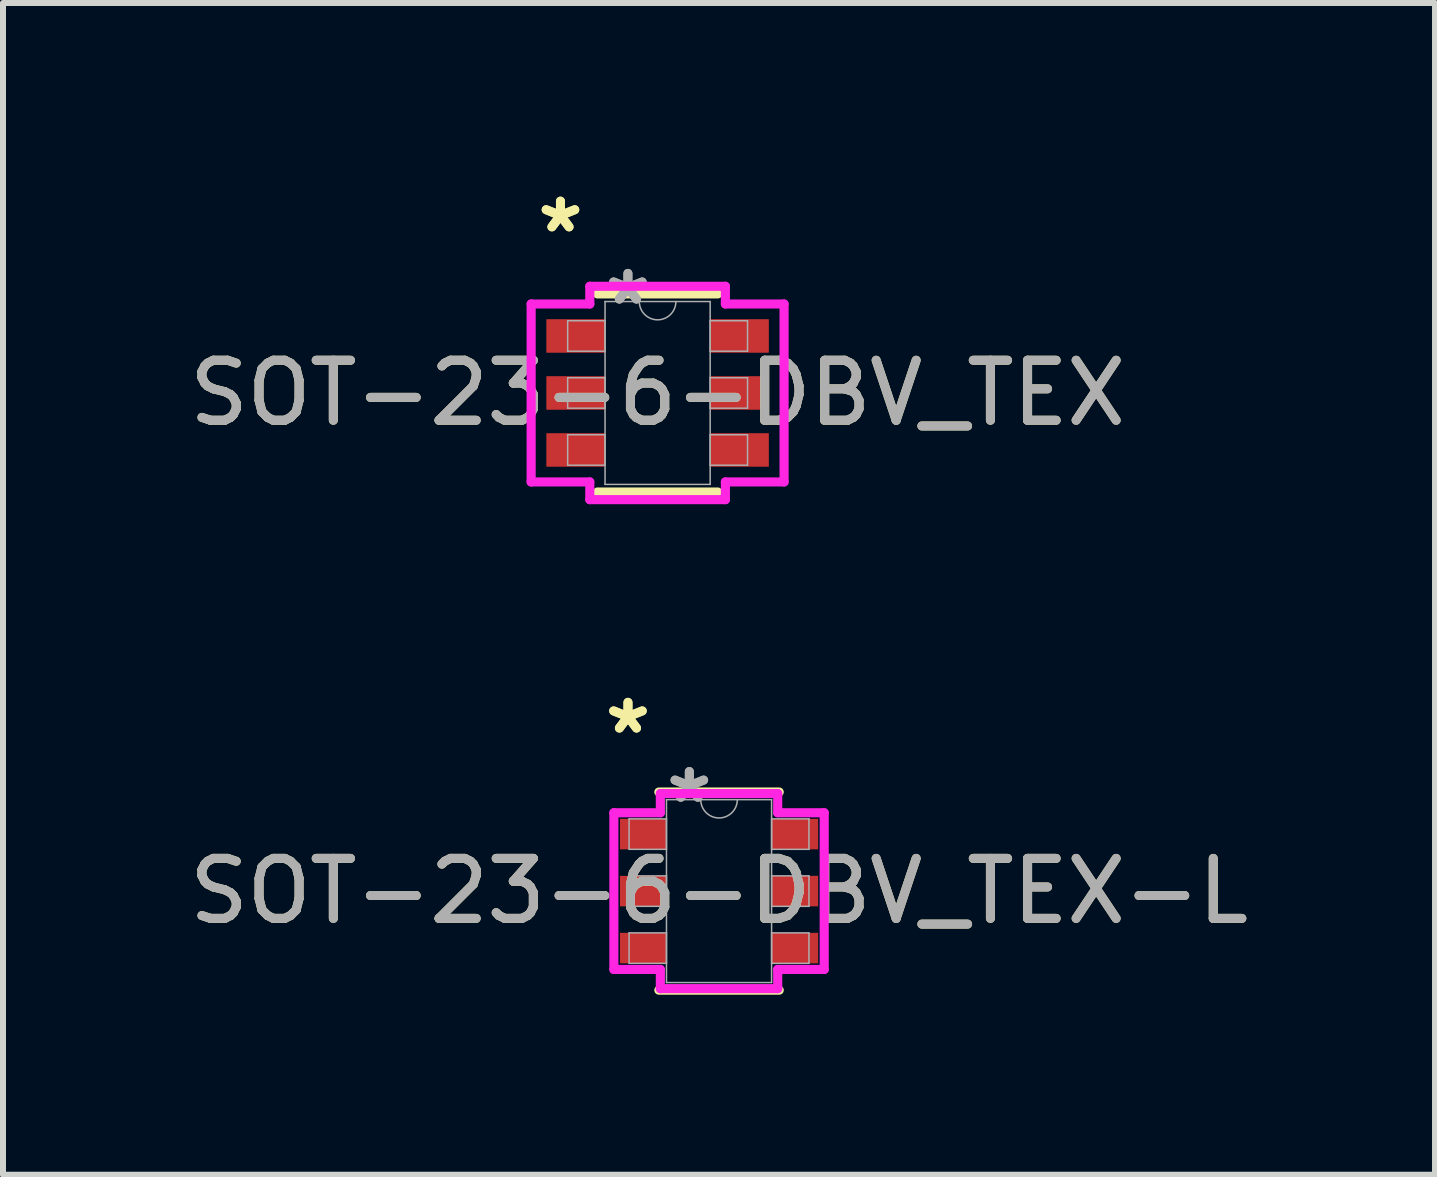
<source format=kicad_pcb>
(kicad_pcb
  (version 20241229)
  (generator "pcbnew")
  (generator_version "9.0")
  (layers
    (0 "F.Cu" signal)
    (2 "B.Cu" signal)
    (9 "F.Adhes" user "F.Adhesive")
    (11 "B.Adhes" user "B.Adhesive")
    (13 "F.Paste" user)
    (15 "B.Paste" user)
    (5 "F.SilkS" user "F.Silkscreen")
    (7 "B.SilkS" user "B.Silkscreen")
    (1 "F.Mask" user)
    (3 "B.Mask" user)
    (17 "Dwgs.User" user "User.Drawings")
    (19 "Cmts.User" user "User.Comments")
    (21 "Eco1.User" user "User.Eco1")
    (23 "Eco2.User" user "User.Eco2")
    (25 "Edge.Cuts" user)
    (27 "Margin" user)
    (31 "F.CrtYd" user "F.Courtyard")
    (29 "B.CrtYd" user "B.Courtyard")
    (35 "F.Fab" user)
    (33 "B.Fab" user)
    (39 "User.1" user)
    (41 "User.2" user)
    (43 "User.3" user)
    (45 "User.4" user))
  (footprint "SOT-23-6-DBV_TEX-L"
    (layer "F.Cu")
    (at 8.935 11.803)
    (property "Reference" "SOT-23-6-DBV_TEX-L" (at 0 0 0) (unlocked yes) (layer "F.SilkS") (effects (font (size 1 1) (thickness 0.15))))
    (attr smd)
    (fp_line (start -1.003 1.651) (end 1.003 1.651) (stroke (width 0.152) (type solid)) (layer "F.SilkS"))
    (fp_line (start 1.003 -1.651) (end -1.003 -1.651) (stroke (width 0.152) (type solid)) (layer "F.SilkS"))
    (fp_line (start -1.753 -1.306) (end -0.978 -1.306) (stroke (width 0.152) (type solid)) (layer "F.CrtYd"))
    (fp_line (start -1.753 1.306) (end -1.753 -1.306) (stroke (width 0.152) (type solid)) (layer "F.CrtYd"))
    (fp_line (start -1.753 1.306) (end -0.978 1.306) (stroke (width 0.152) (type solid)) (layer "F.CrtYd"))
    (fp_line (start -0.978 -1.626) (end 0.978 -1.626) (stroke (width 0.152) (type solid)) (layer "F.CrtYd"))
    (fp_line (start -0.978 -1.306) (end -0.978 -1.626) (stroke (width 0.152) (type solid)) (layer "F.CrtYd"))
    (fp_line (start -0.978 1.626) (end -0.978 1.306) (stroke (width 0.152) (type solid)) (layer "F.CrtYd"))
    (fp_line (start 0.978 -1.626) (end 0.978 -1.306) (stroke (width 0.152) (type solid)) (layer "F.CrtYd"))
    (fp_line (start 0.978 1.306) (end 0.978 1.626) (stroke (width 0.152) (type solid)) (layer "F.CrtYd"))
    (fp_line (start 0.978 1.626) (end -0.978 1.626) (stroke (width 0.152) (type solid)) (layer "F.CrtYd"))
    (fp_line (start 1.753 -1.306) (end 0.978 -1.306) (stroke (width 0.152) (type solid)) (layer "F.CrtYd"))
    (fp_line (start 1.753 -1.306) (end 1.753 1.306) (stroke (width 0.152) (type solid)) (layer "F.CrtYd"))
    (fp_line (start 1.753 1.306) (end 0.978 1.306) (stroke (width 0.152) (type solid)) (layer "F.CrtYd"))
    (fp_line (start -1.499 -1.204) (end -1.499 -0.696) (stroke (width 0.025) (type solid)) (layer "F.Fab"))
    (fp_line (start -1.499 -0.696) (end -0.876 -0.696) (stroke (width 0.025) (type solid)) (layer "F.Fab"))
    (fp_line (start -1.499 -0.254) (end -1.499 0.254) (stroke (width 0.025) (type solid)) (layer "F.Fab"))
    (fp_line (start -1.499 0.254) (end -0.876 0.254) (stroke (width 0.025) (type solid)) (layer "F.Fab"))
    (fp_line (start -1.499 0.696) (end -1.499 1.204) (stroke (width 0.025) (type solid)) (layer "F.Fab"))
    (fp_line (start -1.499 1.204) (end -0.876 1.204) (stroke (width 0.025) (type solid)) (layer "F.Fab"))
    (fp_line (start -0.876 -1.524) (end -0.876 1.524) (stroke (width 0.025) (type solid)) (layer "F.Fab"))
    (fp_line (start -0.876 -1.204) (end -1.499 -1.204) (stroke (width 0.025) (type solid)) (layer "F.Fab"))
    (fp_line (start -0.876 -0.696) (end -0.876 -1.204) (stroke (width 0.025) (type solid)) (layer "F.Fab"))
    (fp_line (start -0.876 -0.254) (end -1.499 -0.254) (stroke (width 0.025) (type solid)) (layer "F.Fab"))
    (fp_line (start -0.876 0.254) (end -0.876 -0.254) (stroke (width 0.025) (type solid)) (layer "F.Fab"))
    (fp_line (start -0.876 0.696) (end -1.499 0.696) (stroke (width 0.025) (type solid)) (layer "F.Fab"))
    (fp_line (start -0.876 1.204) (end -0.876 0.696) (stroke (width 0.025) (type solid)) (layer "F.Fab"))
    (fp_line (start -0.876 1.524) (end 0.876 1.524) (stroke (width 0.025) (type solid)) (layer "F.Fab"))
    (fp_line (start 0.876 -1.524) (end -0.876 -1.524) (stroke (width 0.025) (type solid)) (layer "F.Fab"))
    (fp_line (start 0.876 -1.204) (end 0.876 -0.696) (stroke (width 0.025) (type solid)) (layer "F.Fab"))
    (fp_line (start 0.876 -0.696) (end 1.499 -0.696) (stroke (width 0.025) (type solid)) (layer "F.Fab"))
    (fp_line (start 0.876 -0.254) (end 0.876 0.254) (stroke (width 0.025) (type solid)) (layer "F.Fab"))
    (fp_line (start 0.876 0.254) (end 1.499 0.254) (stroke (width 0.025) (type solid)) (layer "F.Fab"))
    (fp_line (start 0.876 0.696) (end 0.876 1.204) (stroke (width 0.025) (type solid)) (layer "F.Fab"))
    (fp_line (start 0.876 1.204) (end 1.499 1.204) (stroke (width 0.025) (type solid)) (layer "F.Fab"))
    (fp_line (start 0.876 1.524) (end 0.876 -1.524) (stroke (width 0.025) (type solid)) (layer "F.Fab"))
    (fp_line (start 1.499 -1.204) (end 0.876 -1.204) (stroke (width 0.025) (type solid)) (layer "F.Fab"))
    (fp_line (start 1.499 -0.696) (end 1.499 -1.204) (stroke (width 0.025) (type solid)) (layer "F.Fab"))
    (fp_line (start 1.499 -0.254) (end 0.876 -0.254) (stroke (width 0.025) (type solid)) (layer "F.Fab"))
    (fp_line (start 1.499 0.254) (end 1.499 -0.254) (stroke (width 0.025) (type solid)) (layer "F.Fab"))
    (fp_line (start 1.499 0.696) (end 0.876 0.696) (stroke (width 0.025) (type solid)) (layer "F.Fab"))
    (fp_line (start 1.499 1.204) (end 1.499 0.696) (stroke (width 0.025) (type solid)) (layer "F.Fab"))
    (fp_arc (start 0.3048 -1.524) (mid 0 -1.2192) (end -0.3048 -1.524) (stroke (width 0.0254) (type solid)) (layer "F.Fab"))
    (fp_text user "*" (at -1.518 -2.601 0) (layer "F.SilkS") (effects (font (size 1 1) (thickness 0.15))))
    (fp_text user "*" (at -1.518 -2.601 0) (unlocked yes) (layer "F.SilkS") (effects (font (size 1 1) (thickness 0.15))))
    (fp_text user "*" (at -0.495 -1.448 0) (layer "F.Fab") (effects (font (size 1 1) (thickness 0.15))))
    (fp_text user "${REFERENCE}" (at 0 0 0) (unlocked yes) (layer "F.Fab") (effects (font (size 1 1) (thickness 0.15))))
    (fp_text user "*" (at -0.495 -1.448 0) (unlocked yes) (layer "F.Fab") (effects (font (size 1 1) (thickness 0.15))))
    (pad "1" smd rect (at -1.264 -0.95) (size 0.775 0.508) (layers "F.Cu" "F.Mask" "F.Paste"))
    (pad "2" smd rect (at -1.264 0) (size 0.775 0.508) (layers "F.Cu" "F.Mask" "F.Paste"))
    (pad "3" smd rect (at -1.264 0.95) (size 0.775 0.508) (layers "F.Cu" "F.Mask" "F.Paste"))
    (pad "4" smd rect (at 1.264 0.95) (size 0.775 0.508) (layers "F.Cu" "F.Mask" "F.Paste"))
    (pad "5" smd rect (at 1.264 0) (size 0.775 0.508) (layers "F.Cu" "F.Mask" "F.Paste"))
    (pad "6" smd rect (at 1.264 -0.95) (size 0.775 0.508) (layers "F.Cu" "F.Mask" "F.Paste")))
  (footprint "SOT-23-6-DBV_TEX"
    (layer "F.Cu")
    (at 7.911 3.5)
    (property "Reference" "SOT-23-6-DBV_TEX" (at 0 0 0) (unlocked yes) (layer "F.SilkS") (effects (font (size 1 1) (thickness 0.15))))
    (attr smd)
    (fp_line (start -1.003 1.651) (end 1.003 1.651) (stroke (width 0.152) (type solid)) (layer "F.SilkS"))
    (fp_line (start 1.003 -1.651) (end -1.003 -1.651) (stroke (width 0.152) (type solid)) (layer "F.SilkS"))
    (fp_line (start -2.108 -1.483) (end -1.13 -1.483) (stroke (width 0.152) (type solid)) (layer "F.CrtYd"))
    (fp_line (start -2.108 1.483) (end -2.108 -1.483) (stroke (width 0.152) (type solid)) (layer "F.CrtYd"))
    (fp_line (start -2.108 1.483) (end -1.13 1.483) (stroke (width 0.152) (type solid)) (layer "F.CrtYd"))
    (fp_line (start -1.13 -1.778) (end 1.13 -1.778) (stroke (width 0.152) (type solid)) (layer "F.CrtYd"))
    (fp_line (start -1.13 -1.483) (end -1.13 -1.778) (stroke (width 0.152) (type solid)) (layer "F.CrtYd"))
    (fp_line (start -1.13 1.778) (end -1.13 1.483) (stroke (width 0.152) (type solid)) (layer "F.CrtYd"))
    (fp_line (start 1.13 -1.778) (end 1.13 -1.483) (stroke (width 0.152) (type solid)) (layer "F.CrtYd"))
    (fp_line (start 1.13 1.483) (end 1.13 1.778) (stroke (width 0.152) (type solid)) (layer "F.CrtYd"))
    (fp_line (start 1.13 1.778) (end -1.13 1.778) (stroke (width 0.152) (type solid)) (layer "F.CrtYd"))
    (fp_line (start 2.108 -1.483) (end 1.13 -1.483) (stroke (width 0.152) (type solid)) (layer "F.CrtYd"))
    (fp_line (start 2.108 -1.483) (end 2.108 1.483) (stroke (width 0.152) (type solid)) (layer "F.CrtYd"))
    (fp_line (start 2.108 1.483) (end 1.13 1.483) (stroke (width 0.152) (type solid)) (layer "F.CrtYd"))
    (fp_line (start -1.499 -1.204) (end -1.499 -0.696) (stroke (width 0.025) (type solid)) (layer "F.Fab"))
    (fp_line (start -1.499 -0.696) (end -0.876 -0.696) (stroke (width 0.025) (type solid)) (layer "F.Fab"))
    (fp_line (start -1.499 -0.254) (end -1.499 0.254) (stroke (width 0.025) (type solid)) (layer "F.Fab"))
    (fp_line (start -1.499 0.254) (end -0.876 0.254) (stroke (width 0.025) (type solid)) (layer "F.Fab"))
    (fp_line (start -1.499 0.696) (end -1.499 1.204) (stroke (width 0.025) (type solid)) (layer "F.Fab"))
    (fp_line (start -1.499 1.204) (end -0.876 1.204) (stroke (width 0.025) (type solid)) (layer "F.Fab"))
    (fp_line (start -0.876 -1.524) (end -0.876 1.524) (stroke (width 0.025) (type solid)) (layer "F.Fab"))
    (fp_line (start -0.876 -1.204) (end -1.499 -1.204) (stroke (width 0.025) (type solid)) (layer "F.Fab"))
    (fp_line (start -0.876 -0.696) (end -0.876 -1.204) (stroke (width 0.025) (type solid)) (layer "F.Fab"))
    (fp_line (start -0.876 -0.254) (end -1.499 -0.254) (stroke (width 0.025) (type solid)) (layer "F.Fab"))
    (fp_line (start -0.876 0.254) (end -0.876 -0.254) (stroke (width 0.025) (type solid)) (layer "F.Fab"))
    (fp_line (start -0.876 0.696) (end -1.499 0.696) (stroke (width 0.025) (type solid)) (layer "F.Fab"))
    (fp_line (start -0.876 1.204) (end -0.876 0.696) (stroke (width 0.025) (type solid)) (layer "F.Fab"))
    (fp_line (start -0.876 1.524) (end 0.876 1.524) (stroke (width 0.025) (type solid)) (layer "F.Fab"))
    (fp_line (start 0.876 -1.524) (end -0.876 -1.524) (stroke (width 0.025) (type solid)) (layer "F.Fab"))
    (fp_line (start 0.876 -1.204) (end 0.876 -0.696) (stroke (width 0.025) (type solid)) (layer "F.Fab"))
    (fp_line (start 0.876 -0.696) (end 1.499 -0.696) (stroke (width 0.025) (type solid)) (layer "F.Fab"))
    (fp_line (start 0.876 -0.254) (end 0.876 0.254) (stroke (width 0.025) (type solid)) (layer "F.Fab"))
    (fp_line (start 0.876 0.254) (end 1.499 0.254) (stroke (width 0.025) (type solid)) (layer "F.Fab"))
    (fp_line (start 0.876 0.696) (end 0.876 1.204) (stroke (width 0.025) (type solid)) (layer "F.Fab"))
    (fp_line (start 0.876 1.204) (end 1.499 1.204) (stroke (width 0.025) (type solid)) (layer "F.Fab"))
    (fp_line (start 0.876 1.524) (end 0.876 -1.524) (stroke (width 0.025) (type solid)) (layer "F.Fab"))
    (fp_line (start 1.499 -1.204) (end 0.876 -1.204) (stroke (width 0.025) (type solid)) (layer "F.Fab"))
    (fp_line (start 1.499 -0.696) (end 1.499 -1.204) (stroke (width 0.025) (type solid)) (layer "F.Fab"))
    (fp_line (start 1.499 -0.254) (end 0.876 -0.254) (stroke (width 0.025) (type solid)) (layer "F.Fab"))
    (fp_line (start 1.499 0.254) (end 1.499 -0.254) (stroke (width 0.025) (type solid)) (layer "F.Fab"))
    (fp_line (start 1.499 0.696) (end 0.876 0.696) (stroke (width 0.025) (type solid)) (layer "F.Fab"))
    (fp_line (start 1.499 1.204) (end 1.499 0.696) (stroke (width 0.025) (type solid)) (layer "F.Fab"))
    (fp_arc (start 0.3048 -1.524) (mid 0 -1.2192) (end -0.3048 -1.524) (stroke (width 0.0254) (type solid)) (layer "F.Fab"))
    (fp_text user "*" (at -1.619 -2.652 0) (unlocked yes) (layer "F.SilkS") (effects (font (size 1 1) (thickness 0.15))))
    (fp_text user "*" (at -1.619 -2.652 0) (layer "F.SilkS") (effects (font (size 1 1) (thickness 0.15))))
    (fp_text user "${REFERENCE}" (at 0 0 0) (unlocked yes) (layer "F.Fab") (effects (font (size 1 1) (thickness 0.15))))
    (fp_text user "*" (at -0.495 -1.448 0) (unlocked yes) (layer "F.Fab") (effects (font (size 1 1) (thickness 0.15))))
    (fp_text user "*" (at -0.495 -1.448 0) (layer "F.Fab") (effects (font (size 1 1) (thickness 0.15))))
    (pad "1" smd rect (at -1.365 -0.95) (size 0.978 0.559) (layers "F.Cu" "F.Mask" "F.Paste"))
    (pad "2" smd rect (at -1.365 0) (size 0.978 0.559) (layers "F.Cu" "F.Mask" "F.Paste"))
    (pad "3" smd rect (at -1.365 0.95) (size 0.978 0.559) (layers "F.Cu" "F.Mask" "F.Paste"))
    (pad "4" smd rect (at 1.365 0.95) (size 0.978 0.559) (layers "F.Cu" "F.Mask" "F.Paste"))
    (pad "5" smd rect (at 1.365 0) (size 0.978 0.559) (layers "F.Cu" "F.Mask" "F.Paste"))
    (pad "6" smd rect (at 1.365 -0.95) (size 0.978 0.559) (layers "F.Cu" "F.Mask" "F.Paste")))
  (gr_rect
    (start -3 -3)
    (end 20.869 16.531)
    (stroke (width 0.1) (type default))
    (fill no)
    (layer "Edge.Cuts")))
</source>
